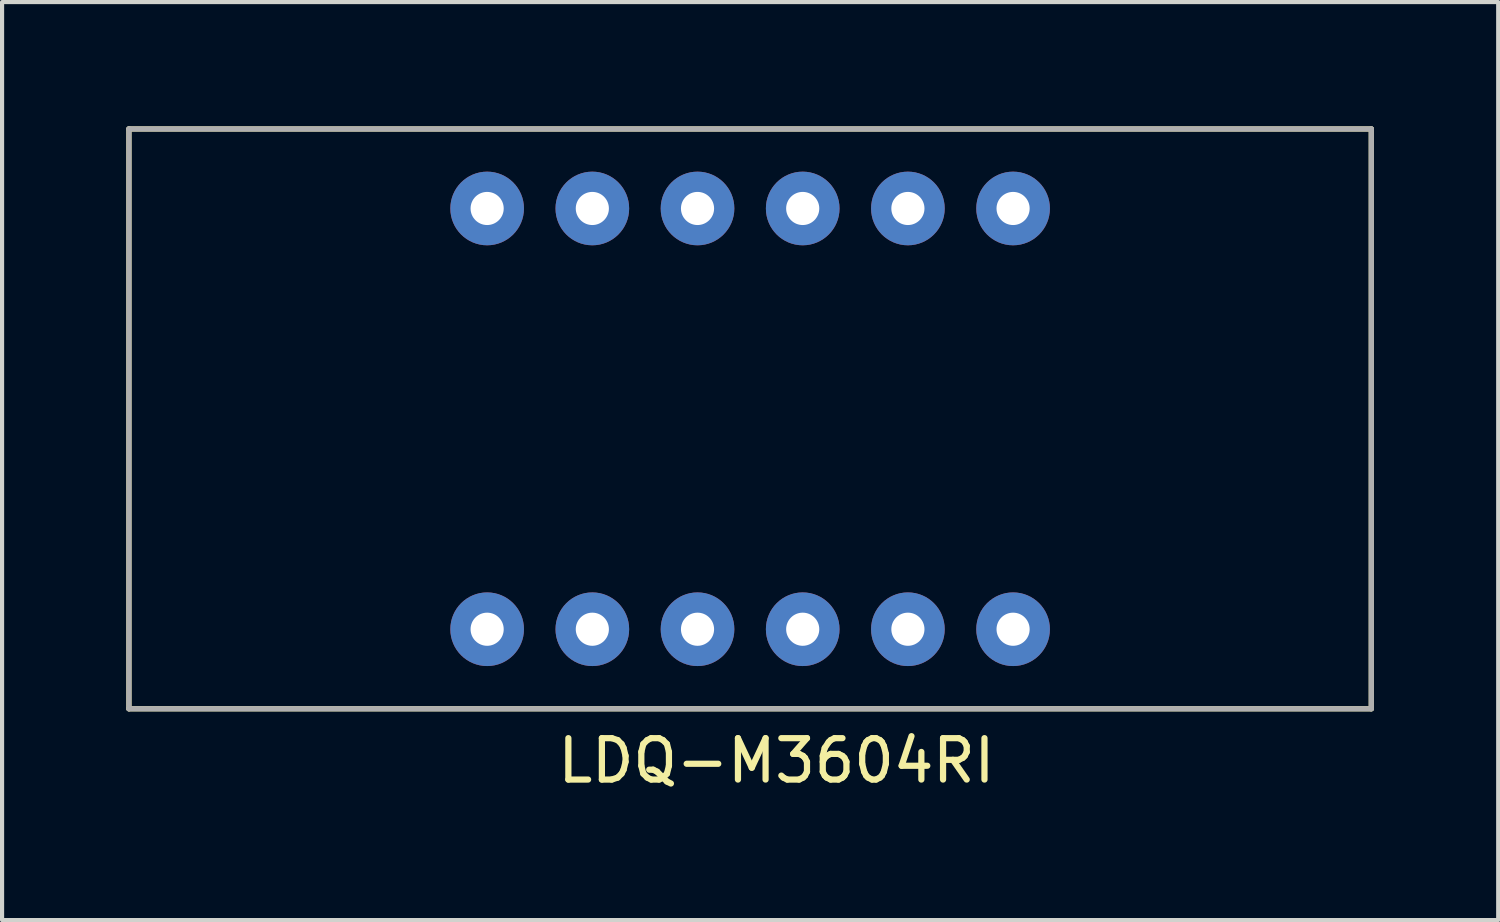
<source format=kicad_pcb>
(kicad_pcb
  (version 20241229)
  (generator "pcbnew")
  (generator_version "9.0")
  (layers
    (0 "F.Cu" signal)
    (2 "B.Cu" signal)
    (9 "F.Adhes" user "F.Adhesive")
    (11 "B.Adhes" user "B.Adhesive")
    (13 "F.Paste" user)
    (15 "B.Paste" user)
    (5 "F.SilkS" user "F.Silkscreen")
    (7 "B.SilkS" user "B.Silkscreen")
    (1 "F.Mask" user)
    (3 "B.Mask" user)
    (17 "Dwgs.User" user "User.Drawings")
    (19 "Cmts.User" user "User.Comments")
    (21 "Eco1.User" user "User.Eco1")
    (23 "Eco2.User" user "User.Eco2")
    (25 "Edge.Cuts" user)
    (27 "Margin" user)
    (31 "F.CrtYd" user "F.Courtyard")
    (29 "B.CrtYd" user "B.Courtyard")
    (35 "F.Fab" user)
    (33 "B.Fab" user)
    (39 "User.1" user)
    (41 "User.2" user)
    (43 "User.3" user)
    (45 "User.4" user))
  (footprint "LDQ-M3604RI"
    (layer "F.Cu")
    (at 15.063 7.064)
    (property "Reference" "LDQ-M3604RI" (at 0.635 8.255 0) (layer "F.SilkS") (effects (font (size 1 1) (thickness 0.15))))
    (attr through_hole)
    (fp_line (start -15 -7) (end -15 7) (stroke (width 0.127) (type solid)) (layer "F.SilkS"))
    (fp_line (start -15 -7) (end 15 -7) (stroke (width 0.127) (type solid)) (layer "F.SilkS"))
    (fp_line (start -15 7) (end 15 7) (stroke (width 0.127) (type solid)) (layer "F.SilkS"))
    (fp_line (start 15 -7) (end 15 7) (stroke (width 0.127) (type solid)) (layer "F.SilkS"))
    (fp_line (start -15 -7) (end -15 7) (stroke (width 0.127) (type solid)) (layer "F.Fab"))
    (fp_line (start -15 -7) (end 15 -7) (stroke (width 0.127) (type solid)) (layer "F.Fab"))
    (fp_line (start -15 7) (end 15 7) (stroke (width 0.127) (type solid)) (layer "F.Fab"))
    (fp_line (start 15 -7) (end 15 7) (stroke (width 0.127) (type solid)) (layer "F.Fab"))
    (pad "1" thru_hole circle (at -6.35 5.08) (size 1.778 1.778) (drill 0.8) (layers "*.Cu" "*.Mask"))
    (pad "2" thru_hole circle (at -3.81 5.08) (size 1.778 1.778) (drill 0.8) (layers "*.Cu" "*.Mask"))
    (pad "3" thru_hole circle (at -1.27 5.08) (size 1.778 1.778) (drill 0.8) (layers "*.Cu" "*.Mask"))
    (pad "4" thru_hole circle (at 1.27 5.08) (size 1.778 1.778) (drill 0.8) (layers "*.Cu" "*.Mask"))
    (pad "5" thru_hole circle (at 3.81 5.08) (size 1.778 1.778) (drill 0.8) (layers "*.Cu" "*.Mask"))
    (pad "6" thru_hole circle (at 6.35 5.08) (size 1.778 1.778) (drill 0.8) (layers "*.Cu" "*.Mask"))
    (pad "7" thru_hole circle (at 6.35 -5.08) (size 1.778 1.778) (drill 0.8) (layers "*.Cu" "*.Mask"))
    (pad "8" thru_hole circle (at 3.81 -5.08) (size 1.778 1.778) (drill 0.8) (layers "*.Cu" "*.Mask"))
    (pad "9" thru_hole circle (at 1.27 -5.08) (size 1.778 1.778) (drill 0.8) (layers "*.Cu" "*.Mask"))
    (pad "10" thru_hole circle (at -1.27 -5.08) (size 1.778 1.778) (drill 0.8) (layers "*.Cu" "*.Mask"))
    (pad "11" thru_hole circle (at -3.81 -5.08) (size 1.778 1.778) (drill 0.8) (layers "*.Cu" "*.Mask"))
    (pad "12" thru_hole circle (at -6.35 -5.08) (size 1.778 1.778) (drill 0.8) (layers "*.Cu" "*.Mask")))
  (gr_rect
    (start -3 -3)
    (end 33.127 19.167)
    (stroke (width 0.1) (type default))
    (fill no)
    (layer "Edge.Cuts")))
</source>
